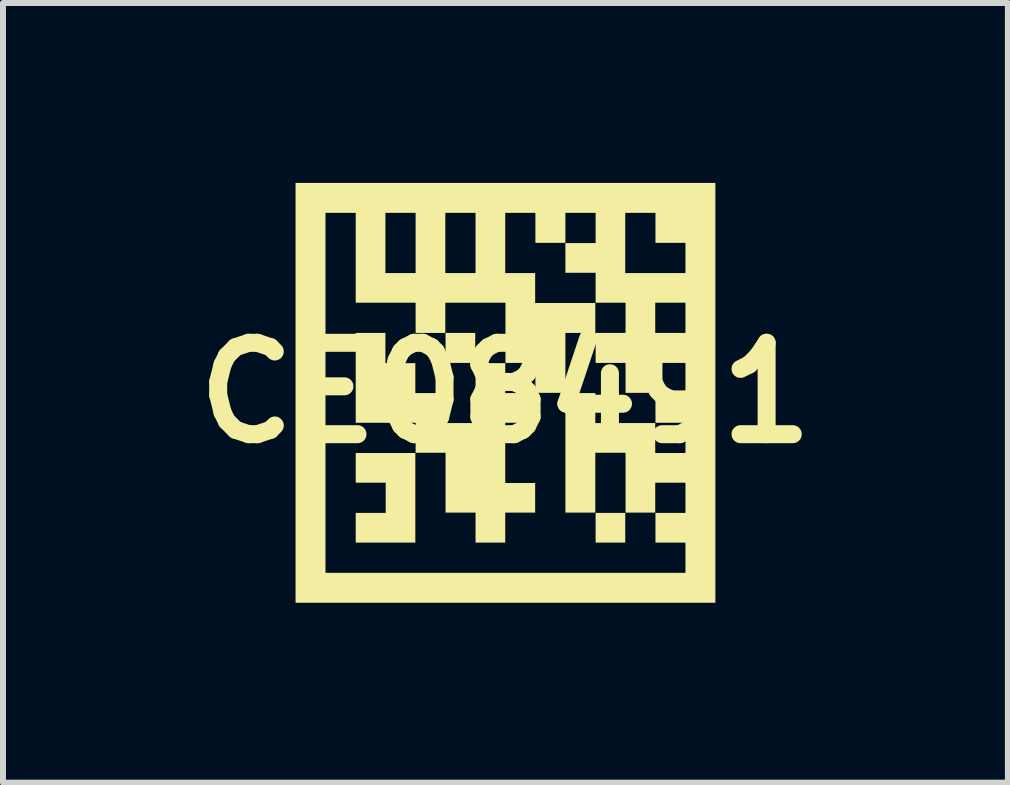
<source format=kicad_pcb>
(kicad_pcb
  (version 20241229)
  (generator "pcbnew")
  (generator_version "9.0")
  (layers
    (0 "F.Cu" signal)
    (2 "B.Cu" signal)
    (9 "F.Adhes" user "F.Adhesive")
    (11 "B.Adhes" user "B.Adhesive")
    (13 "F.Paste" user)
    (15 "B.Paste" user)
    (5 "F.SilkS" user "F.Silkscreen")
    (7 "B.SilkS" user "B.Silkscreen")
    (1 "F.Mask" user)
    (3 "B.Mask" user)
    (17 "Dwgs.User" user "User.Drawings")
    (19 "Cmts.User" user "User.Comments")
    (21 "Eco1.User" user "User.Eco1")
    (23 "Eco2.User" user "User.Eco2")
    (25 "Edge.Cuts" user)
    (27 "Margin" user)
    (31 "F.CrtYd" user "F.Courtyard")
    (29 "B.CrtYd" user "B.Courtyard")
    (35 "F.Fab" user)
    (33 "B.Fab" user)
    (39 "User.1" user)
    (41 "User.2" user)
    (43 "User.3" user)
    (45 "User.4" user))
  (footprint "CE08491"
    (layer "F.Cu")
    (at 5.378 3.5)
    (property "Reference" "CE08491" (at 0 0 0) (layer "F.SilkS") (effects (font (size 1.524 1.524) (thickness 0.3))))
    (attr board_only exclude_from_pos_files exclude_from_bom)
    (fp_poly (pts (xy -0.504 -0.499) (xy -0.999 -0.499) (xy -0.999 -0.999) (xy -0.504 -0.999)) (stroke (width 0) (type solid)) (fill yes) (layer "F.SilkS"))
    (fp_poly (pts (xy 1.997 2.497) (xy 1.503 2.497) (xy 1.503 2.002) (xy 1.997 2.002)) (stroke (width 0) (type solid)) (fill yes) (layer "F.SilkS"))
    (fp_poly (pts (xy -1.503 2.497) (xy -2.497 2.497) (xy -2.497 2.002) (xy -1.997 2.002) (xy -1.997 1.498) (xy -2.497 1.498) (xy -2.497 1.003) (xy -1.503 1.003)) (stroke (width 0) (type solid)) (fill yes) (layer "F.SilkS"))
    (fp_poly (pts (xy -2.002 -0.495) (xy -1.503 -0.495) (xy -1.503 0.004) (xy -1.003 0.004) (xy -1.003 0.504) (xy -0.499 0.504) (xy -0.499 -0.495) (xy -0.004 -0.495) (xy -0.004 0.004) (xy 0.495 0.004) (xy 0.495 0.499) (xy -0.004 0.499) (xy -0.004 1.503) (xy 0.495 1.503) (xy 0.495 1.997) (xy -0.004 1.997) (xy -0.004 2.497) (xy -0.499 2.497) (xy -0.499 1.997) (xy -0.999 1.997) (xy -0.999 0.999) (xy -1.498 0.999) (xy -1.498 0.499) (xy -2.497 0.499) (xy -2.497 -0.999) (xy -2.002 -0.999)) (stroke (width 0) (type solid)) (fill yes) (layer "F.SilkS"))
    (fp_poly (pts (xy 3.5 3.5) (xy -3.5 3.5) (xy -3.5 3.001) (xy -3.001 3.001) (xy 3.001 3.001) (xy 3.001 2.497) (xy 2.501 2.497) (xy 2.501 2.002) (xy 3.001 2.002) (xy 3.001 1.498) (xy 2.497 1.498) (xy 2.497 1.997) (xy 2.002 1.997) (xy 2.002 0.999) (xy 1.498 0.999) (xy 1.498 1.997) (xy 0.999 1.997) (xy 0.999 0.004) (xy 1.498 0.004) (xy 1.498 0.504) (xy 2.497 0.504) (xy 2.497 1.003) (xy 3.001 1.003) (xy 3.001 0.499) (xy 2.501 0.499) (xy 2.501 0.004) (xy 3.001 0.004) (xy 3.001 -0.499) (xy 2.497 -0.499) (xy 2.497 0) (xy 2.002 0) (xy 2.002 -0.499) (xy 1.503 -0.499) (xy 1.503 -0.999) (xy 2.002 -0.999) (xy 2.497 -0.999) (xy 3.001 -0.999) (xy 3.001 -1.503) (xy 2.497 -1.503) (xy 2.497 -0.999) (xy 2.002 -0.999) (xy 2.002 -1.503) (xy 1.503 -1.503) (xy 1.503 -1.997) (xy 1.997 -1.997) (xy 3.001 -1.997) (xy 3.001 -2.501) (xy 2.501 -2.501) (xy 2.501 -3.001) (xy 1.997 -3.001) (xy 1.997 -1.997) (xy 1.503 -1.997) (xy 1.503 -2.002) (xy 0.999 -2.002) (xy 0.999 -2.497) (xy 1.503 -2.497) (xy 1.503 -3.001) (xy 0.999 -3.001) (xy 0.999 -2.501) (xy 0.499 -2.501) (xy 0.499 -3.001) (xy -0.004 -3.001) (xy -0.004 -1.997) (xy 0.495 -1.997) (xy 0.495 -1.498) (xy 1.498 -1.498) (xy 1.498 -0.999) (xy 0.999 -0.999) (xy 0.999 0) (xy 0.499 0) (xy 0.499 -0.499) (xy 0 -0.499) (xy 0 -1.503) (xy -1.003 -1.503) (xy -1.003 -0.999) (xy -1.498 -0.999) (xy -1.498 -1.503) (xy -2.497 -1.503) (xy -2.497 -1.997) (xy -2.002 -1.997) (xy -1.498 -1.997) (xy -1.003 -1.997) (xy -0.499 -1.997) (xy -0.499 -3.001) (xy -1.003 -3.001) (xy -1.003 -1.997) (xy -1.498 -1.997) (xy -1.498 -3.001) (xy -2.002 -3.001) (xy -2.002 -1.997) (xy -2.497 -1.997) (xy -2.497 -3.001) (xy -3.001 -3.001) (xy -3.001 3.001) (xy -3.5 3.001) (xy -3.5 -3.5) (xy 3.5 -3.5)) (stroke (width 0) (type solid)) (fill yes) (layer "F.SilkS")))
  (gr_rect
    (start -3 -3)
    (end 13.755 10)
    (stroke (width 0.1) (type default))
    (fill no)
    (layer "Edge.Cuts")))
</source>
